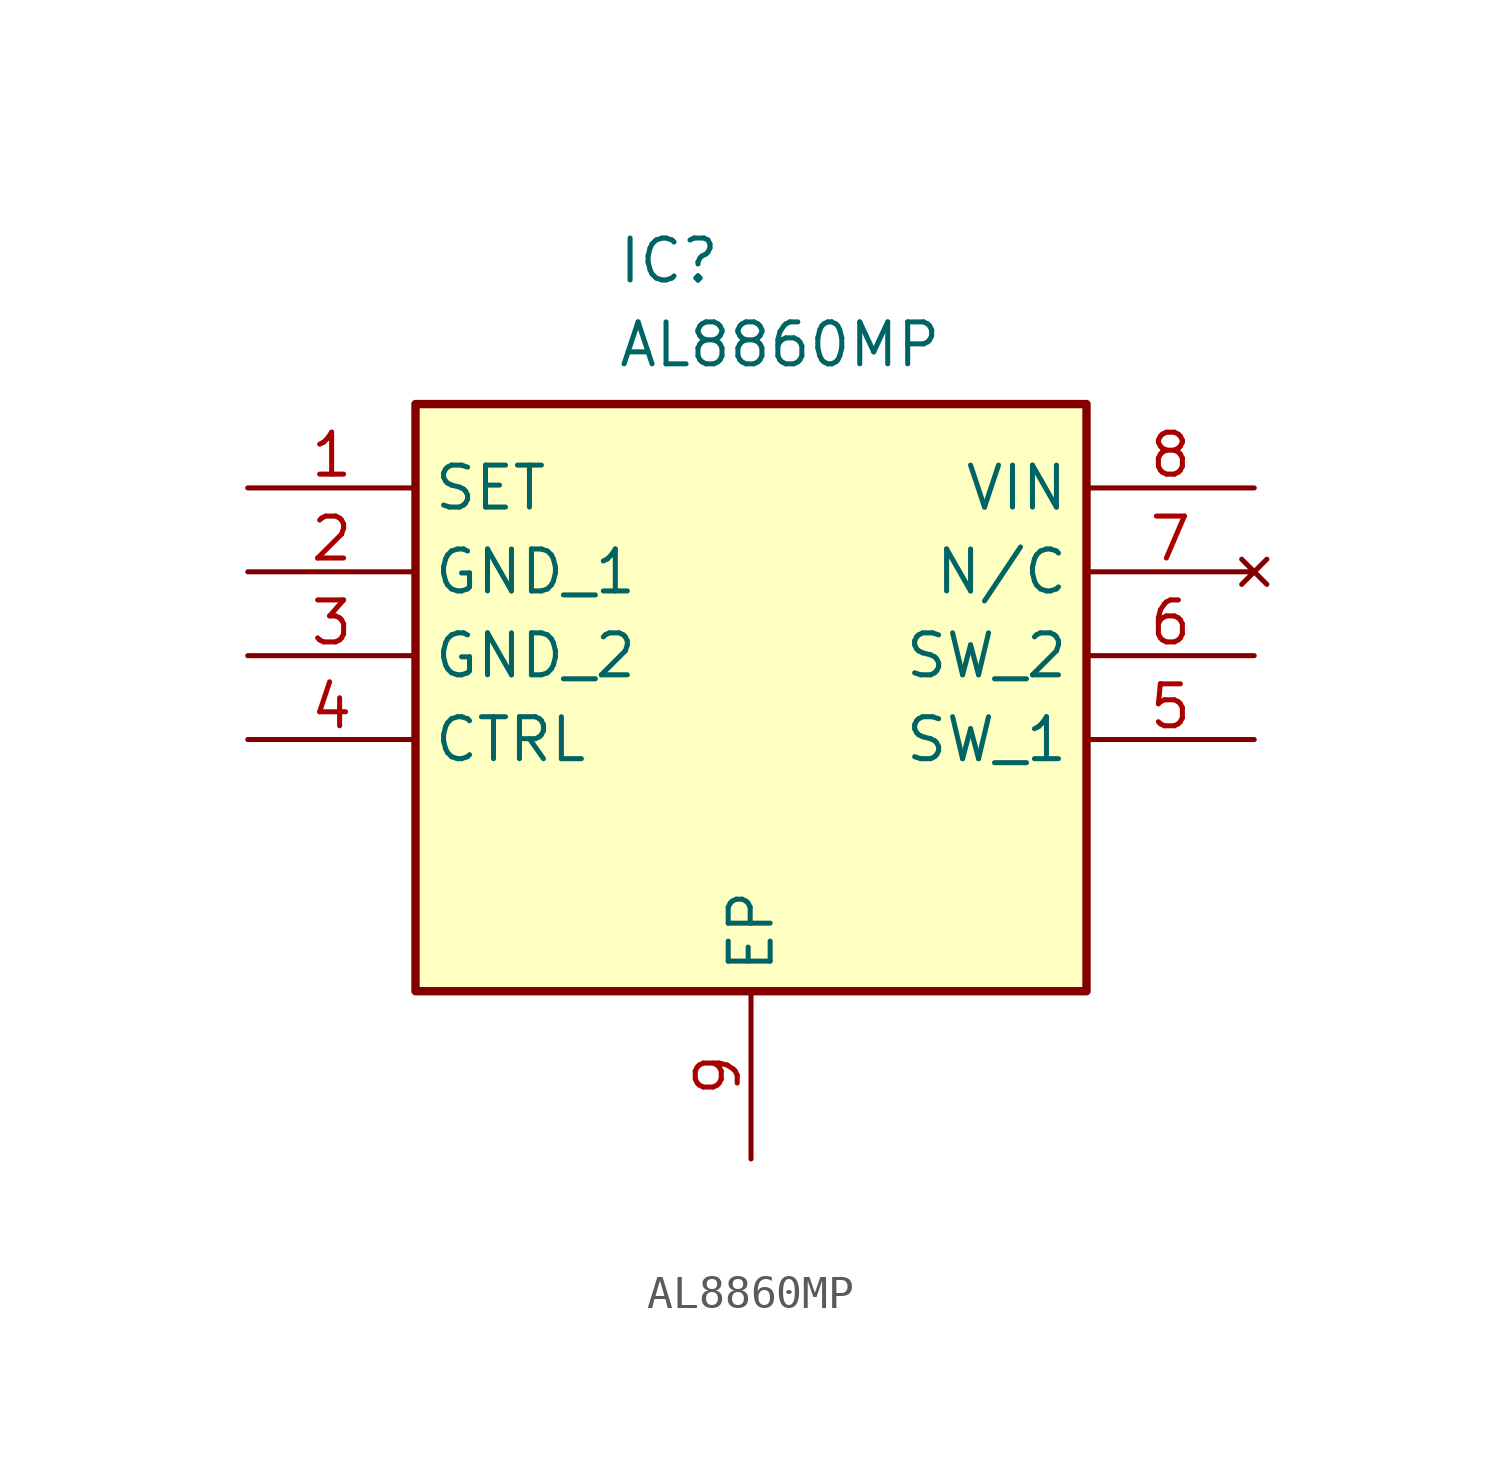
<source format=kicad_sym>
(kicad_symbol_lib
  (version 20241209)
  (generator "kicad_symbol_editor")
  (generator_version "9.0")
  (symbol "AL8860MP"
    (property "Reference" "IC"
      (at 11.176 7.62 0)
      (effects (font (size 1.27 1.27)) (justify left top)))
    (property "Value" "AL8860MP"
      (at 11.176 5.08 0)
      (effects (font (size 1.27 1.27)) (justify left top)))
    (symbol "AL8860MP_1_1"
      (rectangle (start 5.08 2.54) (end 25.4 -15.24) (stroke (width 0.254) (type default)) (fill (type background)))
      (pin passive line (at 0 0 0) (length 5.08) (name "SET" (effects (font (size 1.27 1.27)))) (number "1" (effects (font (size 1.27 1.27)))))
      (pin passive line (at 0 -2.54 0) (length 5.08) (name "GND_1" (effects (font (size 1.27 1.27)))) (number "2" (effects (font (size 1.27 1.27)))))
      (pin passive line (at 0 -5.08 0) (length 5.08) (name "GND_2" (effects (font (size 1.27 1.27)))) (number "3" (effects (font (size 1.27 1.27)))))
      (pin passive line (at 0 -7.62 0) (length 5.08) (name "CTRL" (effects (font (size 1.27 1.27)))) (number "4" (effects (font (size 1.27 1.27)))))
      (pin passive line (at 15.24 -20.32 90) (length 5.08) (name "EP" (effects (font (size 1.27 1.27)))) (number "9" (effects (font (size 1.27 1.27)))))
      (pin passive line (at 30.48 0 180) (length 5.08) (name "VIN" (effects (font (size 1.27 1.27)))) (number "8" (effects (font (size 1.27 1.27)))))
      (pin no_connect line (at 30.48 -2.54 180) (length 5.08) (name "N/C" (effects (font (size 1.27 1.27)))) (number "7" (effects (font (size 1.27 1.27)))))
      (pin passive line (at 30.48 -5.08 180) (length 5.08) (name "SW_2" (effects (font (size 1.27 1.27)))) (number "6" (effects (font (size 1.27 1.27)))))
      (pin passive line (at 30.48 -7.62 180) (length 5.08) (name "SW_1" (effects (font (size 1.27 1.27)))) (number "5" (effects (font (size 1.27 1.27))))))))
</source>
